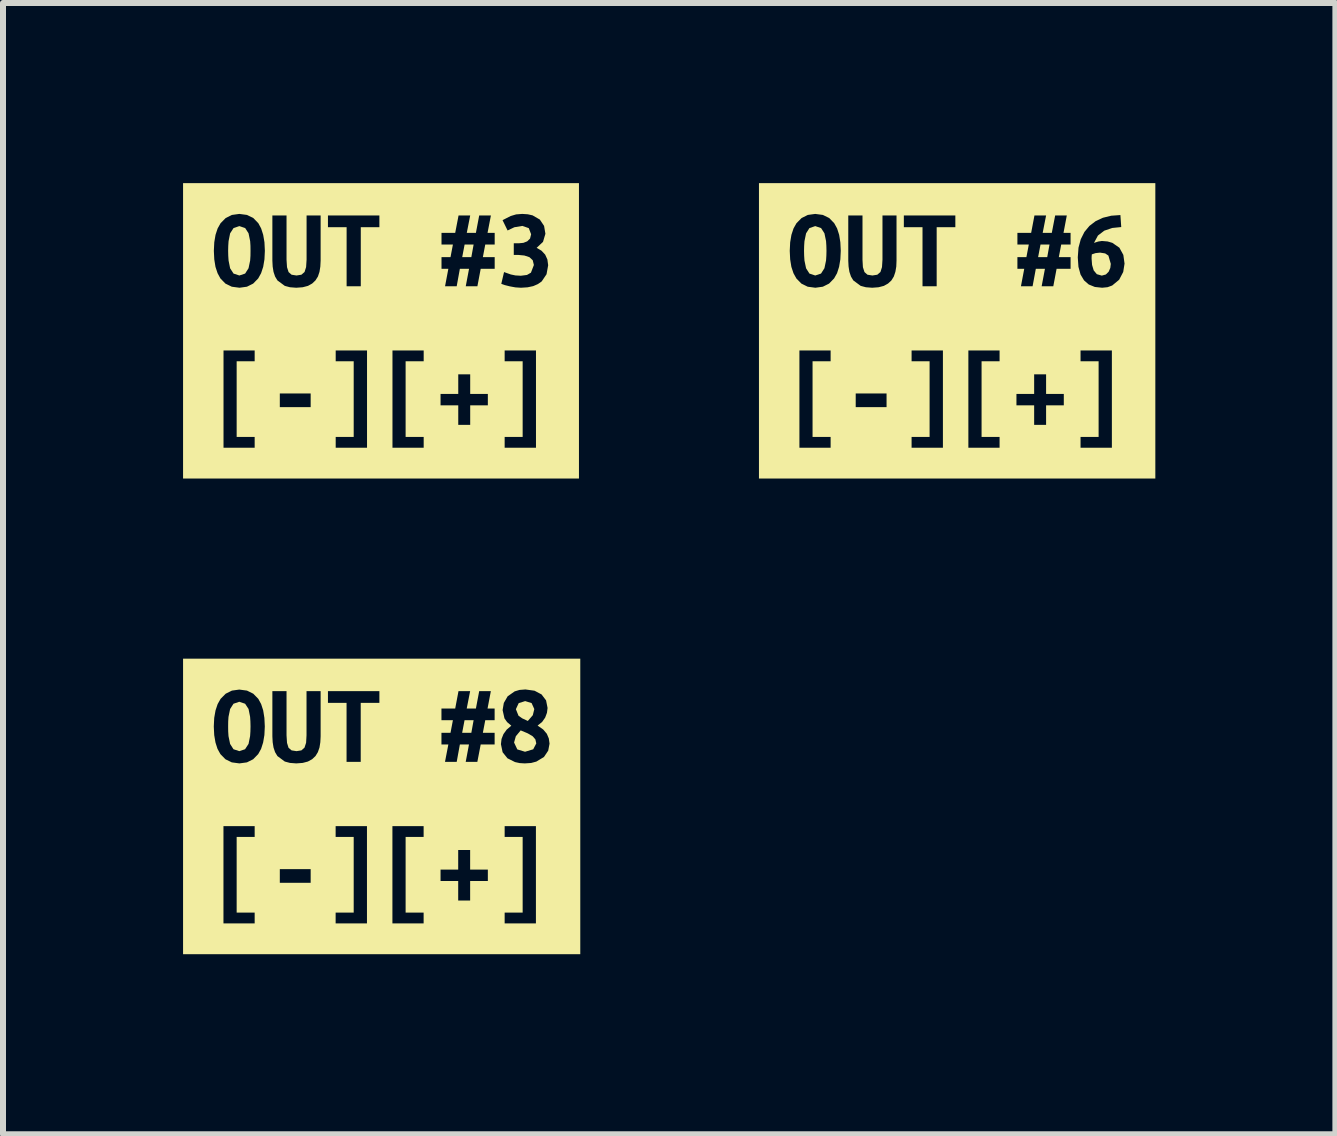
<source format=kicad_pcb>
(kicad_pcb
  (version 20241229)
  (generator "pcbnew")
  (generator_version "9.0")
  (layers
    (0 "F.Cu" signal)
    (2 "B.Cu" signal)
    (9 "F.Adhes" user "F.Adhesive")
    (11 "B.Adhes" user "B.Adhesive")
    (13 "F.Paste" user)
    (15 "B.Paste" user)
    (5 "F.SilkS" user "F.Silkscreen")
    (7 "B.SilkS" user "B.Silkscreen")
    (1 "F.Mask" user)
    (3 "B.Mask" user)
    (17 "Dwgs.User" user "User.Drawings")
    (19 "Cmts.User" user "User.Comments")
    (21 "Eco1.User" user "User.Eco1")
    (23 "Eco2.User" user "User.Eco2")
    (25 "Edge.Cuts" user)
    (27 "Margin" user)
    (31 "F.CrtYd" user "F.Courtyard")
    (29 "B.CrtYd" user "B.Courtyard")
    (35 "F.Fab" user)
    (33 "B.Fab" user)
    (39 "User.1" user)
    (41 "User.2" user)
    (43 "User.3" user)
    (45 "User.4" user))
  (footprint "label_OUT3"
    (layer "F.Cu")
    (at 3.298 2.462)
    (property "Reference" "label_OUT3" (at 0 -2.462 0) (layer "F.SilkS") (effects (font (size 0.001 0.001) (thickness 0.000003))))
    (attr exclude_from_pos_files exclude_from_bom)
    (fp_poly (pts (xy 1.353 -1.228) (xy 1.505 -1.228) (xy 1.543 -1.438) (xy 1.393 -1.438) (xy 1.353 -1.228)) (stroke (width 0) (type solid)) (fill yes) (layer "F.SilkS"))
    (fp_poly (pts (xy -2.547 -1.333) (xy -2.545 -1.25) (xy -2.54 -1.172) (xy -2.514 -1.042) (xy -2.457 -0.954) (xy -2.36 -0.922) (xy -2.264 -0.954) (xy -2.207 -1.043) (xy -2.18 -1.173) (xy -2.175 -1.25) (xy -2.174 -1.333) (xy -2.175 -1.416) (xy -2.18 -1.494) (xy -2.207 -1.625) (xy -2.263 -1.712) (xy -2.36 -1.745) (xy -2.457 -1.712) (xy -2.514 -1.624) (xy -2.54 -1.493) (xy -2.545 -1.416) (xy -2.547 -1.333)) (stroke (width 0) (type solid)) (fill yes) (layer "F.SilkS"))
    (fp_poly (pts (xy -2.785 -2.461) (xy -2.785 -1.333) (xy -2.778 -1.476) (xy -2.757 -1.6) (xy -2.722 -1.706) (xy -2.673 -1.793) (xy -2.588 -1.879) (xy -2.484 -1.931) (xy -2.36 -1.948) (xy -2.233 -1.931) (xy -2.127 -1.879) (xy -2.044 -1.793) (xy -1.997 -1.706) (xy -1.963 -1.6) (xy -1.942 -1.476) (xy -1.935 -1.333) (xy -1.942 -1.19) (xy -1.963 -1.066) (xy -1.765 -0.905) (xy -1.791 -0.983) (xy -1.805 -1.071) (xy -1.81 -1.169) (xy -1.81 -1.922) (xy -1.574 -1.922) (xy -1.574 -1.184) (xy -1.566 -1.06) (xy -1.54 -0.979) (xy -1.49 -0.935) (xy -1.408 -0.922) (xy -1.326 -0.935) (xy -1.274 -0.98) (xy -1.248 -1.062) (xy -1.24 -1.186) (xy -1.24 -1.922) (xy -1.006 -1.922) (xy -1.006 -1.169) (xy -1.011 -1.071) (xy -0.573 -1.727) (xy -0.884 -1.727) (xy -0.884 -1.922) (xy -0.027 -1.922) (xy -0.027 -1.727) (xy -0.337 -1.727) (xy -0.337 -0.743) (xy -0.573 -0.743) (xy -0.573 -1.727) (xy -1.011 -1.071) (xy -1.025 -0.983) (xy -1.051 -0.905) (xy -1.092 -0.84) (xy -1.147 -0.788) (xy -1.217 -0.749) (xy -1.305 -0.726) (xy -1.412 -0.718) (xy -1.517 -0.726) (xy -1.603 -0.749) (xy -1.726 -0.84) (xy -1.765 -0.905) (xy -1.963 -1.066) (xy -1.998 -0.96) (xy -2.046 -0.873) (xy -2.13 -0.787) (xy -2.234 -0.735) (xy -2.358 -0.718) (xy -2.486 -0.735) (xy -2.592 -0.787) (xy -2.676 -0.873) (xy -2.723 -0.96) (xy -2.758 -1.066) (xy -2.778 -1.19) (xy -2.785 -1.333) (xy -2.785 -2.461) (xy -3.298 -2.461) (xy -2.624 0.327) (xy -2.105 0.327) (xy -2.105 0.507) (xy -2.405 0.507) (xy -2.405 1.768) (xy -2.105 1.768) (xy -2.105 1.948) (xy -2.624 1.948) (xy -2.624 0.327) (xy -3.298 -2.461) (xy -3.298 2.461) (xy -0.233 1.948) (xy -0.755 1.948) (xy -0.755 1.768) (xy -0.455 1.768) (xy -1.172 1.271) (xy -1.686 1.271) (xy -1.686 1.044) (xy -1.172 1.044) (xy -1.172 1.271) (xy -0.455 1.768) (xy -0.455 0.507) (xy -0.755 0.507) (xy -0.755 0.327) (xy -0.233 0.327) (xy -0.233 1.948) (xy -3.298 2.461) (xy -2.785 2.461) (xy 2.785 2.461) (xy 0.711 1.768) (xy 0.711 1.948) (xy 0.191 1.948) (xy 0.191 0.327) (xy 0.711 0.327) (xy 0.711 0.507) (xy 0.41 0.507) (xy 0.992 1.051) (xy 1.287 1.051) (xy 1.287 0.725) (xy 1.486 0.725) (xy 1.486 1.051) (xy 1.78 1.051) (xy 1.78 1.241) (xy 2.36 1.768) (xy 2.36 0.507) (xy 2.06 0.507) (xy 2.06 0.327) (xy 2.582 0.327) (xy 2.582 1.948) (xy 2.06 1.948) (xy 2.06 1.768) (xy 2.36 1.768) (xy 1.78 1.241) (xy 1.486 1.241) (xy 1.486 1.567) (xy 1.287 1.567) (xy 1.287 1.241) (xy 0.992 1.241) (xy 0.992 1.051) (xy 0.41 0.507) (xy 0.41 1.768) (xy 0.711 1.768) (xy 2.785 2.461) (xy 3.298 2.461) (xy 2.332 -0.718) (xy 2.239 -0.724) (xy 2.146 -0.741) (xy 2.063 -0.762) (xy 2.004 -0.783) (xy 2.05 -0.979) (xy 2.163 -0.939) (xy 2.24 -0.923) (xy 2.33 -0.918) (xy 2.432 -0.931) (xy 2.498 -0.969) (xy 2.547 -1.097) (xy 2.528 -1.176) (xy 2.473 -1.227) (xy 2.388 -1.255) (xy 2.284 -1.265) (xy 2.212 -1.265) (xy 2.212 -1.459) (xy 2.299 -1.459) (xy 2.372 -1.466) (xy 2.436 -1.491) (xy 2.483 -1.537) (xy 2.501 -1.609) (xy 2.462 -1.711) (xy 2.355 -1.748) (xy 2.222 -1.726) (xy 2.109 -1.672) (xy 2.025 -1.844) (xy 2.161 -1.913) (xy 2.251 -1.94) (xy 2.353 -1.948) (xy 2.445 -1.942) (xy 2.525 -1.924) (xy 2.646 -1.854) (xy 2.717 -1.748) (xy 2.739 -1.617) (xy 2.699 -1.482) (xy 2.593 -1.383) (xy 2.674 -1.335) (xy 2.735 -1.27) (xy 2.772 -1.189) (xy 2.785 -1.093) (xy 2.758 -0.943) (xy 2.677 -0.823) (xy 2.614 -0.779) (xy 2.536 -0.745) (xy 2.442 -0.725) (xy 2.332 -0.718) (xy 3.298 2.461) (xy 3.298 -2.461) (xy 1.486 -1.922) (xy 1.429 -1.632) (xy 1.581 -1.632) (xy 1.636 -1.922) (xy 1.831 -1.922) (xy 1.775 -1.632) (xy 1.894 -1.632) (xy 1.894 -1.438) (xy 1.737 -1.438) (xy 1.697 -1.228) (xy 1.894 -1.228) (xy 1.894 -1.034) (xy 1.661 -1.034) (xy 1.606 -0.743) (xy 1.412 -0.743) (xy 1.467 -1.034) (xy 1.314 -1.034) (xy 1.261 -0.743) (xy 1.067 -0.743) (xy 1.122 -1.034) (xy 1.008 -1.034) (xy 1.008 -1.228) (xy 1.158 -1.228) (xy 1.198 -1.438) (xy 1.008 -1.438) (xy 1.008 -1.632) (xy 1.236 -1.632) (xy 1.292 -1.922) (xy 1.486 -1.922) (xy 3.298 -2.461) (xy 2.785 -2.461) (xy -2.785 -2.461)) (stroke (width 0) (type solid)) (fill yes) (layer "F.SilkS")))
  (footprint "label_OUT8"
    (layer "F.Cu")
    (at 3.309 10.386)
    (property "Reference" "label_OUT8" (at 0 -2.462 0) (layer "F.SilkS") (effects (font (size 0.001 0.001) (thickness 0.000003))))
    (attr exclude_from_pos_files exclude_from_bom)
    (fp_poly (pts (xy 1.341 -1.227) (xy 1.494 -1.227) (xy 1.532 -1.437) (xy 1.381 -1.437) (xy 1.341 -1.227)) (stroke (width 0) (type solid)) (fill yes) (layer "F.SilkS"))
    (fp_poly (pts (xy 2.391 -1.755) (xy 2.283 -1.721) (xy 2.236 -1.62) (xy 2.28 -1.511) (xy 2.341 -1.468) (xy 2.435 -1.424) (xy 2.518 -1.52) (xy 2.543 -1.622) (xy 2.498 -1.722) (xy 2.391 -1.755)) (stroke (width 0) (type solid)) (fill yes) (layer "F.SilkS"))
    (fp_poly (pts (xy 2.576 -1.05) (xy 2.561 -1.117) (xy 2.516 -1.169) (xy 2.435 -1.217) (xy 2.316 -1.267) (xy 2.235 -1.169) (xy 2.206 -1.065) (xy 2.26 -0.95) (xy 2.389 -0.911) (xy 2.525 -0.952) (xy 2.576 -1.05)) (stroke (width 0) (type solid)) (fill yes) (layer "F.SilkS"))
    (fp_poly (pts (xy -2.558 -1.332) (xy -2.557 -1.249) (xy -2.552 -1.171) (xy -2.525 -1.041) (xy -2.469 -0.953) (xy -2.372 -0.921) (xy -2.276 -0.953) (xy -2.218 -1.042) (xy -2.192 -1.172) (xy -2.187 -1.249) (xy -2.185 -1.332) (xy -2.187 -1.415) (xy -2.192 -1.493) (xy -2.218 -1.624) (xy -2.275 -1.711) (xy -2.372 -1.744) (xy -2.469 -1.711) (xy -2.525 -1.623) (xy -2.552 -1.492) (xy -2.557 -1.415) (xy -2.558 -1.332)) (stroke (width 0) (type solid)) (fill yes) (layer "F.SilkS"))
    (fp_poly (pts (xy -2.797 -2.462) (xy -2.797 -1.332) (xy -2.79 -1.475) (xy -2.768 -1.6) (xy -2.733 -1.705) (xy -2.684 -1.792) (xy -2.599 -1.878) (xy -2.495 -1.93) (xy -2.372 -1.947) (xy -2.244 -1.93) (xy -2.139 -1.878) (xy -2.055 -1.792) (xy -2.008 -1.705) (xy -1.974 -1.6) (xy -1.954 -1.475) (xy -1.947 -1.332) (xy -1.954 -1.189) (xy -1.975 -1.065) (xy -1.776 -0.904) (xy -1.802 -0.982) (xy -1.816 -1.07) (xy -1.821 -1.168) (xy -1.821 -1.921) (xy -1.585 -1.921) (xy -1.585 -1.184) (xy -1.577 -1.059) (xy -1.552 -0.978) (xy -1.501 -0.934) (xy -1.419 -0.921) (xy -1.337 -0.934) (xy -1.286 -0.979) (xy -1.259 -1.061) (xy -1.252 -1.185) (xy -1.252 -1.921) (xy -1.017 -1.921) (xy -1.017 -1.168) (xy -1.022 -1.07) (xy -0.585 -1.726) (xy -0.895 -1.726) (xy -0.895 -1.921) (xy -0.038 -1.921) (xy -0.038 -1.726) (xy -0.349 -1.726) (xy -0.349 -0.742) (xy -0.585 -0.742) (xy -0.585 -1.726) (xy -1.022 -1.07) (xy -1.036 -0.982) (xy -1.063 -0.904) (xy -1.103 -0.839) (xy -1.158 -0.787) (xy -1.229 -0.748) (xy -1.316 -0.725) (xy 0.179 0.328) (xy 0.699 0.328) (xy 0.699 0.508) (xy 0.399 0.508) (xy 0.981 1.052) (xy 1.275 1.052) (xy 1.275 0.726) (xy 1.474 0.726) (xy 1.474 1.052) (xy 1.769 1.052) (xy 1.769 1.242) (xy 1.474 1.242) (xy 1.474 1.568) (xy 1.275 1.568) (xy 1.275 1.242) (xy 0.981 1.242) (xy 0.981 1.052) (xy 0.399 0.508) (xy 0.399 1.769) (xy 0.699 1.769) (xy 0.699 1.949) (xy 0.179 1.949) (xy 0.179 0.328) (xy -1.316 -0.725) (xy -1.423 -0.717) (xy -1.528 -0.725) (xy -1.614 -0.748) (xy -1.737 -0.839) (xy -1.776 -0.904) (xy -1.975 -1.065) (xy -2.009 -0.959) (xy -2.057 -0.872) (xy -2.141 -0.786) (xy -2.245 -0.734) (xy -2.37 -0.717) (xy -2.497 -0.734) (xy -2.603 -0.786) (xy -2.687 -0.872) (xy -2.735 -0.959) (xy -2.769 -1.065) (xy -2.79 -1.189) (xy -2.797 -1.332) (xy -2.797 -2.462) (xy -3.309 -2.462) (xy -2.636 0.328) (xy -2.116 0.328) (xy -2.116 0.508) (xy -2.416 0.508) (xy -2.416 1.769) (xy -2.116 1.769) (xy -2.116 1.949) (xy -2.636 1.949) (xy -2.636 0.328) (xy -3.309 -2.462) (xy -3.309 2.462) (xy -0.245 1.949) (xy -0.767 1.949) (xy -0.767 1.769) (xy -0.466 1.769) (xy -1.183 1.272) (xy -1.697 1.272) (xy -1.697 1.045) (xy -1.183 1.045) (xy -1.183 1.272) (xy -0.466 1.769) (xy -0.466 0.508) (xy -0.767 0.508) (xy -0.767 0.328) (xy -0.245 0.328) (xy -0.245 1.949) (xy -3.309 2.462) (xy -2.797 2.462) (xy 2.57 1.949) (xy 2.049 1.949) (xy 2.049 1.769) (xy 2.349 1.769) (xy 2.349 0.508) (xy 2.049 0.508) (xy 2.049 0.328) (xy 2.57 0.328) (xy 2.57 1.949) (xy -2.797 2.462) (xy 2.797 2.462) (xy 2.775 -0.93) (xy 2.704 -0.824) (xy 2.577 -0.747) (xy 2.49 -0.724) (xy 2.385 -0.717) (xy 2.3 -0.722) (xy 2.222 -0.739) (xy 2.096 -0.802) (xy 2.015 -0.903) (xy 1.987 -1.037) (xy 1.997 -1.124) (xy 2.029 -1.205) (xy 2.083 -1.28) (xy 2.16 -1.345) (xy 2.09 -1.405) (xy 2.046 -1.467) (xy 2.015 -1.605) (xy 2.035 -1.724) (xy 2.099 -1.835) (xy 2.216 -1.917) (xy 2.296 -1.941) (xy 2.395 -1.949) (xy 2.547 -1.928) (xy 2.664 -1.866) (xy 2.739 -1.767) (xy 2.764 -1.641) (xy 2.754 -1.56) (xy 2.724 -1.48) (xy 2.673 -1.407) (xy 2.598 -1.347) (xy 2.691 -1.282) (xy 2.752 -1.21) (xy 2.785 -1.132) (xy 2.797 -1.046) (xy 2.775 -0.93) (xy 2.797 2.462) (xy 3.309 2.462) (xy 3.309 -2.462) (xy 1.474 -1.921) (xy 1.417 -1.631) (xy 1.57 -1.631) (xy 1.625 -1.921) (xy 1.819 -1.921) (xy 1.764 -1.631) (xy 1.882 -1.631) (xy 1.882 -1.437) (xy 1.726 -1.437) (xy 1.686 -1.227) (xy 1.882 -1.227) (xy 1.882 -1.033) (xy 1.65 -1.033) (xy 1.594 -0.742) (xy 1.4 -0.742) (xy 1.455 -1.033) (xy 1.303 -1.033) (xy 1.25 -0.742) (xy 1.055 -0.742) (xy 1.111 -1.033) (xy 0.996 -1.033) (xy 0.996 -1.227) (xy 1.147 -1.227) (xy 1.187 -1.437) (xy 0.996 -1.437) (xy 0.996 -1.631) (xy 1.225 -1.631) (xy 1.28 -1.921) (xy 1.474 -1.921) (xy 3.309 -2.462) (xy 2.797 -2.462) (xy -2.797 -2.462)) (stroke (width 0) (type solid)) (fill yes) (layer "F.SilkS")))
  (footprint "label_OUT6"
    (layer "F.Cu")
    (at 12.897 2.462)
    (property "Reference" "label_OUT6" (at 0 -2.462 0) (layer "F.SilkS") (effects (font (size 0.001 0.001) (thickness 0.000003))))
    (attr exclude_from_pos_files exclude_from_bom)
    (fp_poly (pts (xy 1.349 -1.228) (xy 1.501 -1.228) (xy 1.539 -1.438) (xy 1.389 -1.438) (xy 1.349 -1.228)) (stroke (width 0) (type solid)) (fill yes) (layer "F.SilkS"))
    (fp_poly (pts (xy 2.381 -1.303) (xy 2.307 -1.295) (xy 2.244 -1.274) (xy 2.241 -1.24) (xy 2.24 -1.204) (xy 2.248 -1.098) (xy 2.275 -1.007) (xy 2.327 -0.944) (xy 2.41 -0.92) (xy 2.478 -0.939) (xy 2.525 -0.986) (xy 2.552 -1.049) (xy 2.56 -1.116) (xy 2.52 -1.254) (xy 2.466 -1.29) (xy 2.381 -1.303)) (stroke (width 0) (type solid)) (fill yes) (layer "F.SilkS"))
    (fp_poly (pts (xy -2.551 -1.333) (xy -2.549 -1.25) (xy -2.544 -1.172) (xy -2.517 -1.042) (xy -2.461 -0.954) (xy -2.364 -0.922) (xy -2.268 -0.954) (xy -2.211 -1.043) (xy -2.184 -1.173) (xy -2.179 -1.25) (xy -2.177 -1.333) (xy -2.179 -1.416) (xy -2.184 -1.494) (xy -2.211 -1.625) (xy -2.267 -1.712) (xy -2.364 -1.745) (xy -2.461 -1.712) (xy -2.517 -1.624) (xy -2.544 -1.493) (xy -2.549 -1.416) (xy -2.551 -1.333)) (stroke (width 0) (type solid)) (fill yes) (layer "F.SilkS"))
    (fp_poly (pts (xy -2.789 -2.461) (xy -2.789 -1.333) (xy -2.782 -1.476) (xy -2.761 -1.6) (xy -2.726 -1.706) (xy -2.677 -1.793) (xy -2.592 -1.879) (xy -2.488 -1.931) (xy -2.364 -1.948) (xy -2.237 -1.931) (xy -2.131 -1.879) (xy -2.048 -1.793) (xy -2 -1.706) (xy -1.966 -1.6) (xy -1.946 -1.476) (xy -1.939 -1.333) (xy -1.946 -1.19) (xy -1.967 -1.066) (xy -1.769 -0.905) (xy -1.795 -0.983) (xy -1.809 -1.071) (xy -1.814 -1.169) (xy -1.814 -1.922) (xy -1.577 -1.922) (xy -1.577 -1.184) (xy -1.57 -1.06) (xy -1.544 -0.979) (xy -1.494 -0.935) (xy -1.412 -0.922) (xy -1.33 -0.935) (xy -1.278 -0.98) (xy -1.252 -1.062) (xy -1.244 -1.186) (xy -1.244 -1.922) (xy -1.01 -1.922) (xy -1.01 -1.169) (xy -1.014 -1.071) (xy -0.577 -1.727) (xy -0.888 -1.727) (xy -0.888 -1.922) (xy -0.03 -1.922) (xy -0.03 -1.727) (xy -0.341 -1.727) (xy -0.341 -0.743) (xy -0.577 -0.743) (xy -0.577 -1.727) (xy -1.014 -1.071) (xy -1.029 -0.983) (xy -1.055 -0.905) (xy -1.095 -0.84) (xy -1.151 -0.788) (xy -1.221 -0.749) (xy -1.309 -0.726) (xy 0.187 0.327) (xy 0.707 0.327) (xy 0.707 0.507) (xy 0.407 0.507) (xy 0.988 1.051) (xy 1.283 1.051) (xy 1.283 0.725) (xy 1.482 0.725) (xy 1.482 1.051) (xy 1.777 1.051) (xy 1.777 1.241) (xy 1.482 1.241) (xy 1.482 1.567) (xy 1.283 1.567) (xy 1.283 1.241) (xy 0.988 1.241) (xy 0.988 1.051) (xy 0.407 0.507) (xy 0.407 1.768) (xy 0.707 1.768) (xy 0.707 1.948) (xy 0.187 1.948) (xy 0.187 0.327) (xy -1.309 -0.726) (xy -1.415 -0.718) (xy -1.52 -0.726) (xy -1.607 -0.749) (xy -1.73 -0.84) (xy -1.769 -0.905) (xy -1.967 -1.066) (xy -2.001 -0.96) (xy -2.05 -0.873) (xy -2.134 -0.787) (xy -2.238 -0.735) (xy -2.362 -0.718) (xy -2.49 -0.735) (xy -2.595 -0.787) (xy -2.679 -0.873) (xy -2.727 -0.96) (xy -2.762 -1.066) (xy -2.782 -1.19) (xy -2.789 -1.333) (xy -2.789 -2.461) (xy -3.302 -2.461) (xy -2.628 0.327) (xy -2.108 0.327) (xy -2.108 0.507) (xy -2.409 0.507) (xy -2.409 1.768) (xy -2.108 1.768) (xy -2.108 1.948) (xy -2.628 1.948) (xy -2.628 0.327) (xy -3.302 -2.461) (xy -3.302 2.461) (xy -0.237 1.948) (xy -0.759 1.948) (xy -0.759 1.768) (xy -0.459 1.768) (xy -1.176 1.271) (xy -1.69 1.271) (xy -1.69 1.044) (xy -1.176 1.044) (xy -1.176 1.271) (xy -0.459 1.768) (xy -0.459 0.507) (xy -0.759 0.507) (xy -0.759 0.327) (xy -0.237 0.327) (xy -0.237 1.948) (xy -3.302 2.461) (xy -2.789 2.461) (xy 2.578 1.948) (xy 2.056 1.948) (xy 2.056 1.768) (xy 2.357 1.768) (xy 2.357 0.507) (xy 2.056 0.507) (xy 2.056 0.327) (xy 2.578 0.327) (xy 2.578 1.948) (xy -2.789 2.461) (xy 2.789 2.461) (xy 2.506 -0.727) (xy 2.416 -0.718) (xy 2.294 -0.731) (xy 2.193 -0.772) (xy 2.114 -0.841) (xy 2.056 -0.938) (xy 2.021 -1.066) (xy 2.01 -1.224) (xy 2.022 -1.386) (xy 2.06 -1.527) (xy 2.121 -1.648) (xy 2.204 -1.748) (xy 2.307 -1.827) (xy 2.429 -1.884) (xy 2.567 -1.918) (xy 2.72 -1.929) (xy 2.734 -1.729) (xy 2.585 -1.714) (xy 2.452 -1.669) (xy 2.346 -1.588) (xy 2.28 -1.465) (xy 2.351 -1.488) (xy 2.412 -1.497) (xy 2.507 -1.489) (xy 2.586 -1.466) (xy 2.703 -1.385) (xy 2.769 -1.265) (xy 2.789 -1.12) (xy 2.767 -0.981) (xy 2.699 -0.851) (xy 2.583 -0.755) (xy 2.506 -0.727) (xy 2.789 2.461) (xy 3.302 2.461) (xy 3.302 -2.461) (xy 1.482 -1.922) (xy 1.425 -1.632) (xy 1.577 -1.632) (xy 1.633 -1.922) (xy 1.827 -1.922) (xy 1.772 -1.632) (xy 1.89 -1.632) (xy 1.89 -1.438) (xy 1.734 -1.438) (xy 1.694 -1.228) (xy 1.89 -1.228) (xy 1.89 -1.034) (xy 1.657 -1.034) (xy 1.602 -0.743) (xy 1.408 -0.743) (xy 1.463 -1.034) (xy 1.311 -1.034) (xy 1.257 -0.743) (xy 1.063 -0.743) (xy 1.118 -1.034) (xy 1.004 -1.034) (xy 1.004 -1.228) (xy 1.154 -1.228) (xy 1.194 -1.438) (xy 1.004 -1.438) (xy 1.004 -1.632) (xy 1.233 -1.632) (xy 1.288 -1.922) (xy 1.482 -1.922) (xy 3.302 -2.461) (xy 2.789 -2.461) (xy -2.789 -2.461)) (stroke (width 0) (type solid)) (fill yes) (layer "F.SilkS")))
  (gr_rect
    (start -3 -3)
    (end 19.199 15.848)
    (stroke (width 0.1) (type default))
    (fill no)
    (layer "Edge.Cuts")))
</source>
